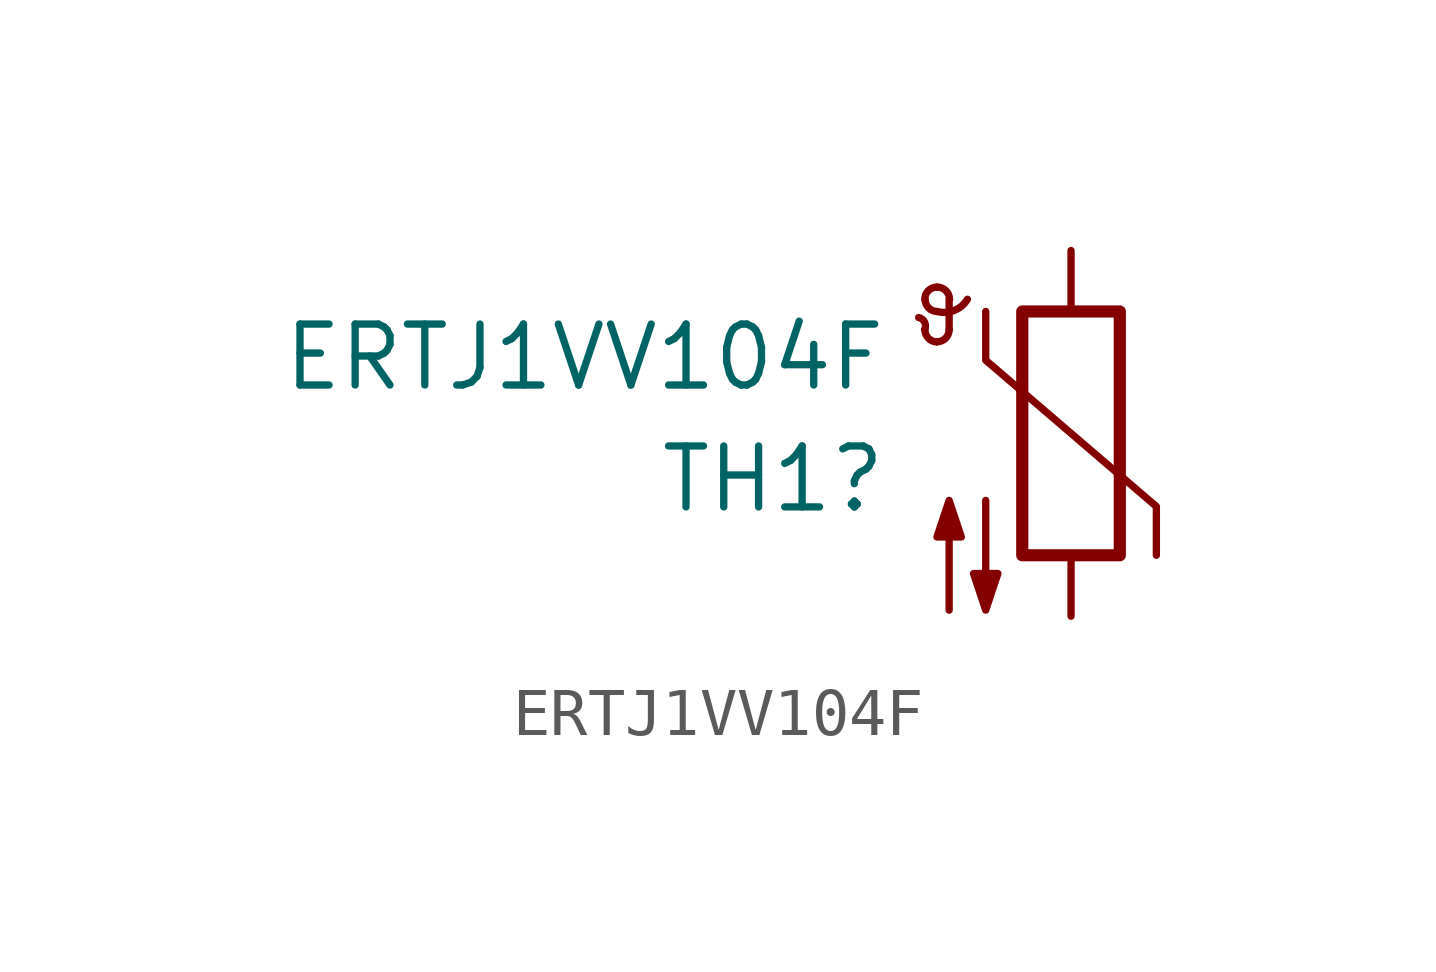
<source format=kicad_sym>
(kicad_symbol_lib
  (version 20220914)
  (generator kicad_symbol_editor)
  (symbol "ERTJ1VV104F"
    (pin_numbers hide)
    (pin_names
      (offset 0))
    (property "Reference" "TH1"
      (at -3.81 -0.953 0)
      (effects (font (size 1.27 1.27)) (justify right)))
    (property "Value" "ERTJ1VV104F"
      (at -3.81 1.587 0)
      (effects (font (size 1.27 1.27)) (justify right)))
    (symbol "ERTJ1VV104F_0_1"
      (arc (start -3.048 2.159) (mid -3.0495 2.3143) (end -3.175 2.413) (stroke (width 0) (type default)) (fill (type none)))
      (arc (start -3.048 2.159) (mid -2.9736 1.9794) (end -2.794 1.905) (stroke (width 0) (type default)) (fill (type none)))
      (arc (start -3.048 2.794) (mid -2.9736 2.6144) (end -2.794 2.54) (stroke (width 0) (type default)) (fill (type none)))
      (arc (start -2.794 1.905) (mid -2.6144 1.9794) (end -2.54 2.159) (stroke (width 0) (type default)) (fill (type none)))
      (arc (start -2.794 2.54) (mid -2.4393 2.5587) (end -2.159 2.794) (stroke (width 0) (type default)) (fill (type none)))
      (arc (start -2.794 3.048) (mid -2.9736 2.9736) (end -3.048 2.794) (stroke (width 0) (type default)) (fill (type none)))
      (arc (start -2.54 2.794) (mid -2.6144 2.9736) (end -2.794 3.048) (stroke (width 0) (type default)) (fill (type none)))
      (rectangle (start -1.016 2.54) (end 1.016 -2.54) (stroke (width 0.254) (type default)) (fill (type none)))
      (polyline (pts (xy -2.54 2.159) (xy -2.54 2.794)) (stroke (width 0) (type default)) (fill (type none)))
      (polyline (pts (xy -1.778 2.54) (xy -1.778 1.524) (xy 1.778 -1.524) (xy 1.778 -2.54)) (stroke (width 0) (type default)) (fill (type none)))
      (polyline (pts (xy -2.54 -3.683) (xy -2.54 -1.397) (xy -2.794 -2.159) (xy -2.286 -2.159) (xy -2.54 -1.397) (xy -2.54 -1.651)) (stroke (width 0) (type default)) (fill (type outline)))
      (polyline (pts (xy -1.778 -1.397) (xy -1.778 -3.683) (xy -2.032 -2.921) (xy -1.524 -2.921) (xy -1.778 -3.683) (xy -1.778 -3.429)) (stroke (width 0) (type default)) (fill (type outline))))
    (symbol "ERTJ1VV104F_1_1"
      (pin passive line (at 0 3.81 270) (length 1.27) (name "~" (effects (font (size 1.27 1.27)))) (number "1" (effects (font (size 1.27 1.27)))))
      (pin passive line (at 0 -3.81 90) (length 1.27) (name "~" (effects (font (size 1.27 1.27)))) (number "2" (effects (font (size 1.27 1.27))))))))
</source>
